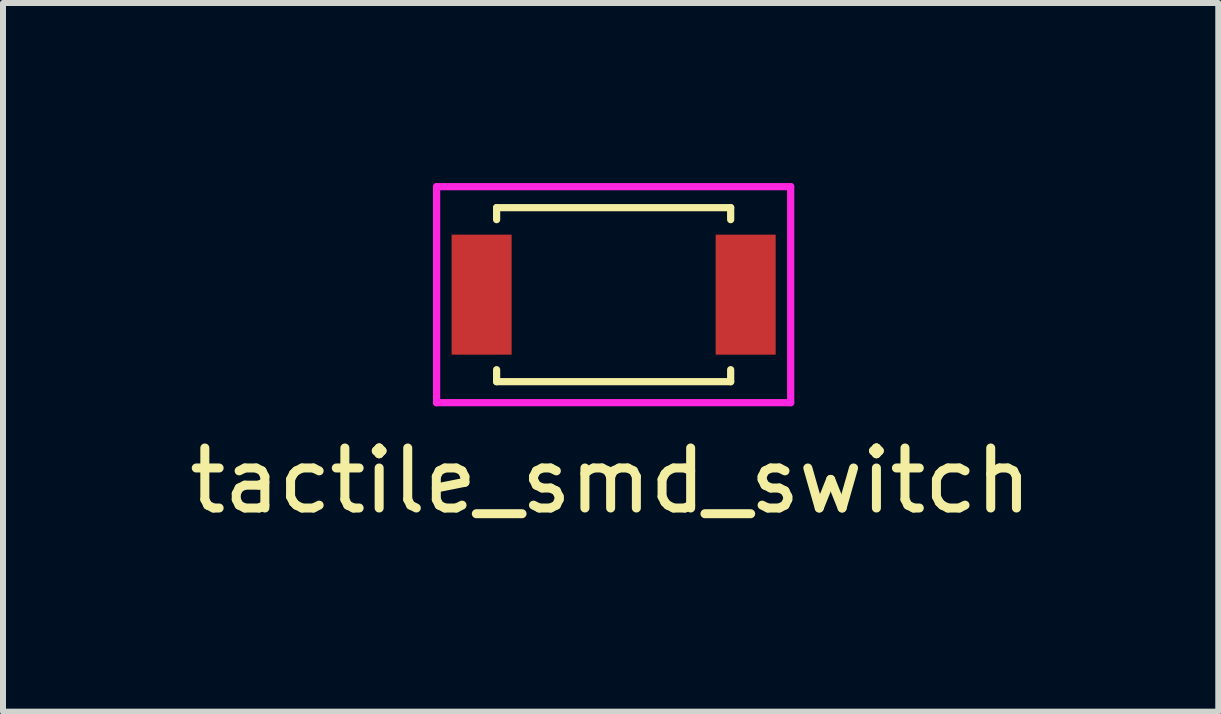
<source format=kicad_pcb>
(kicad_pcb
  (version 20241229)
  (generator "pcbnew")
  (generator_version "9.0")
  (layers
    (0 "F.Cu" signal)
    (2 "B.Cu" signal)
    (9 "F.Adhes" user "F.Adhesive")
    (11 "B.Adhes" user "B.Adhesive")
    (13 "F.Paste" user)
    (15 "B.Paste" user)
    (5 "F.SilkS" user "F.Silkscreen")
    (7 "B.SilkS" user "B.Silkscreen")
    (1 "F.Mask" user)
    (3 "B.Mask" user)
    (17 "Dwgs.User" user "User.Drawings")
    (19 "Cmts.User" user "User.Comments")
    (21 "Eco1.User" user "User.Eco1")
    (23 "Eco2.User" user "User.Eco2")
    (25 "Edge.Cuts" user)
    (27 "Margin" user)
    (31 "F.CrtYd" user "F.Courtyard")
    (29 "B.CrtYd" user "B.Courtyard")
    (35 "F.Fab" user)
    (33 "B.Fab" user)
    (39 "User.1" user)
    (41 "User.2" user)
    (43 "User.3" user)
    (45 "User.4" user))
  (footprint "tactile_smd_switch"
    (layer "F.Cu")
    (at 7.175 1.86)
    (property "Reference" "tactile_smd_switch" (at -0.05 3.1 0) (layer "F.SilkS") (effects (font (size 1 1) (thickness 0.15))))
    (attr through_hole)
    (fp_line (start -1.95 -1.45) (end -1.95 -1.25) (stroke (width 0.12) (type solid)) (layer "F.SilkS"))
    (fp_line (start -1.95 -1.45) (end 1.95 -1.45) (stroke (width 0.12) (type solid)) (layer "F.SilkS"))
    (fp_line (start -1.95 1.45) (end -1.95 1.25) (stroke (width 0.12) (type solid)) (layer "F.SilkS"))
    (fp_line (start 1.95 -1.45) (end 1.95 -1.25) (stroke (width 0.12) (type solid)) (layer "F.SilkS"))
    (fp_line (start 1.95 1.45) (end -1.95 1.45) (stroke (width 0.12) (type solid)) (layer "F.SilkS"))
    (fp_line (start 1.95 1.45) (end 1.95 1.25) (stroke (width 0.12) (type solid)) (layer "F.SilkS"))
    (fp_line (start -2.95 -1.8) (end 2.95 -1.8) (stroke (width 0.12) (type solid)) (layer "F.CrtYd"))
    (fp_line (start -2.95 1.8) (end -2.95 -1.8) (stroke (width 0.12) (type solid)) (layer "F.CrtYd"))
    (fp_line (start 2.95 -1.8) (end 2.95 1.8) (stroke (width 0.12) (type solid)) (layer "F.CrtYd"))
    (fp_line (start 2.95 1.8) (end -2.95 1.8) (stroke (width 0.12) (type solid)) (layer "F.CrtYd"))
    (pad "1" smd rect (at -2.2 0) (size 1 2) (layers "F.Cu" "F.Mask" "F.Paste"))
    (pad "2" smd rect (at 2.2 0) (size 1 2) (layers "F.Cu" "F.Mask" "F.Paste")))
  (gr_rect
    (start -3 -3)
    (end 17.25 8.808)
    (stroke (width 0.1) (type default))
    (fill no)
    (layer "Edge.Cuts")))
</source>
